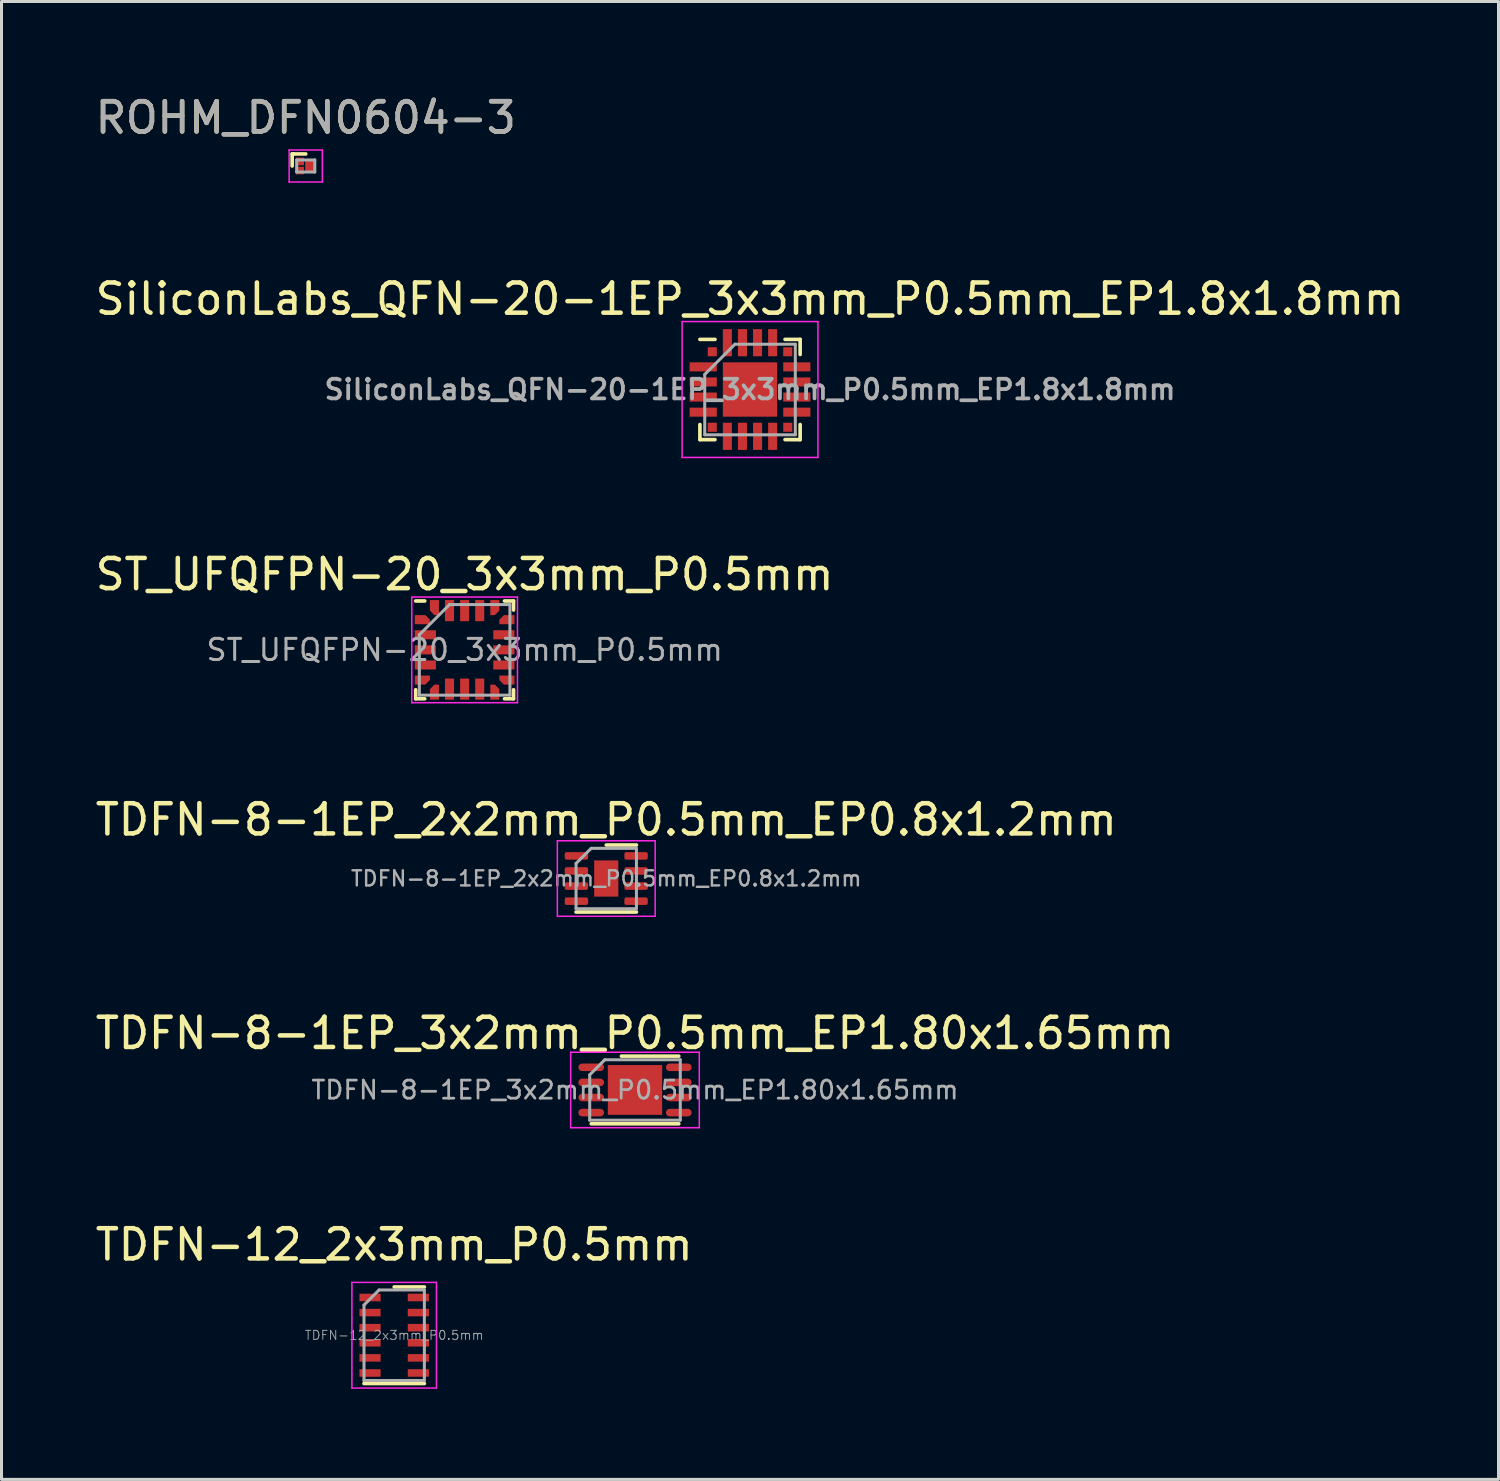
<source format=kicad_pcb>
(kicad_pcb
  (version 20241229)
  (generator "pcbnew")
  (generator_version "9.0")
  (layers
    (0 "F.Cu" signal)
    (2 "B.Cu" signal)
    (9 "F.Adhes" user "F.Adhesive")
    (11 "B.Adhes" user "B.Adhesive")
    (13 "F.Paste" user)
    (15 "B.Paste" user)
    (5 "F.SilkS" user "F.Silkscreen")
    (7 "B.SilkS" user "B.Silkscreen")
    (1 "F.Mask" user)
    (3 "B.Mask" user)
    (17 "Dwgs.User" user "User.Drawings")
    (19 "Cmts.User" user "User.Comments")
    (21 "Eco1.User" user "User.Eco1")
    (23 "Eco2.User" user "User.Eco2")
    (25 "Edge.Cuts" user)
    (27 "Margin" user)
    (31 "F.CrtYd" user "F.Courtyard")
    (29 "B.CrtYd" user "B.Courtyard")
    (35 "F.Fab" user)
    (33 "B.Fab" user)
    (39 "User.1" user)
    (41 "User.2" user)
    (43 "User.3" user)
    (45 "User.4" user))
  (footprint "TDFN-8-1EP_3x2mm_P0.5mm_EP1.80x1.65mm"
    (layer "F.Cu")
    (at 17.982 33.051)
    (property "Reference" "TDFN-8-1EP_3x2mm_P0.5mm_EP1.80x1.65mm" (at 0 -1.88 0) (layer "F.SilkS") (effects (font (size 1 1) (thickness 0.15))))
    (attr smd)
    (fp_line (start -1.45 1.12) (end 1.45 1.12) (stroke (width 0.12) (type solid)) (layer "F.SilkS"))
    (fp_line (start -0.45 -1.12) (end 1.45 -1.12) (stroke (width 0.12) (type solid)) (layer "F.SilkS"))
    (fp_line (start -2.13 -1.25) (end -2.13 1.25) (stroke (width 0.05) (type solid)) (layer "F.CrtYd"))
    (fp_line (start -2.13 1.25) (end 2.13 1.25) (stroke (width 0.05) (type solid)) (layer "F.CrtYd"))
    (fp_line (start 2.13 -1.25) (end -2.13 -1.25) (stroke (width 0.05) (type solid)) (layer "F.CrtYd"))
    (fp_line (start 2.13 1.25) (end 2.13 -1.25) (stroke (width 0.05) (type solid)) (layer "F.CrtYd"))
    (fp_line (start -1.5 -0.5) (end -1.5 1) (stroke (width 0.1) (type solid)) (layer "F.Fab"))
    (fp_line (start -1.5 1) (end 1.5 1) (stroke (width 0.1) (type solid)) (layer "F.Fab"))
    (fp_line (start -1 -1) (end -1.5 -0.5) (stroke (width 0.1) (type solid)) (layer "F.Fab"))
    (fp_line (start 1.5 -1) (end -1 -1) (stroke (width 0.1) (type solid)) (layer "F.Fab"))
    (fp_line (start 1.5 1) (end 1.5 -1) (stroke (width 0.1) (type solid)) (layer "F.Fab"))
    (fp_text user "${REFERENCE}" (at 0 0 0) (layer "F.Fab") (effects (font (size 0.6 0.6) (thickness 0.09))))
    (pad "" smd rect (at 0 -0.5) (size 0.7 0.65) (layers "F.Paste"))
    (pad "" smd rect (at 0 0) (size 1.8 0.7) (layers "F.Paste"))
    (pad "" smd rect (at 0 0.5) (size 0.7 0.65) (layers "F.Paste"))
    (pad "1" smd oval (at -1.45 -0.75) (size 0.85 0.25) (layers "F.Cu" "F.Mask" "F.Paste"))
    (pad "2" smd oval (at -1.45 -0.25) (size 0.85 0.25) (layers "F.Cu" "F.Mask" "F.Paste"))
    (pad "3" smd oval (at -1.45 0.25) (size 0.85 0.25) (layers "F.Cu" "F.Mask" "F.Paste"))
    (pad "4" smd oval (at -1.45 0.75) (size 0.85 0.25) (layers "F.Cu" "F.Mask" "F.Paste"))
    (pad "5" smd oval (at 1.45 0.75) (size 0.85 0.25) (layers "F.Cu" "F.Mask" "F.Paste"))
    (pad "6" smd oval (at 1.45 0.25) (size 0.85 0.25) (layers "F.Cu" "F.Mask" "F.Paste"))
    (pad "7" smd oval (at 1.45 -0.25) (size 0.85 0.25) (layers "F.Cu" "F.Mask" "F.Paste"))
    (pad "8" smd oval (at 1.45 -0.75) (size 0.85 0.25) (layers "F.Cu" "F.Mask" "F.Paste"))
    (pad "9" smd rect (at 0 0) (size 1.8 1.65) (layers "F.Cu" "F.Mask")))
  (footprint "TDFN-12_2x3mm_P0.5mm"
    (layer "F.Cu")
    (at 10.006 41.175)
    (property "Reference" "TDFN-12_2x3mm_P0.5mm" (at 0 -3 0) (layer "F.SilkS") (effects (font (size 1 1) (thickness 0.15))))
    (attr smd)
    (fp_line (start 1 -1.6) (end 0 -1.6) (stroke (width 0.12) (type solid)) (layer "F.SilkS"))
    (fp_line (start 1 1.6) (end -1 1.6) (stroke (width 0.12) (type solid)) (layer "F.SilkS"))
    (fp_line (start -1.4 -1.75) (end -1.4 1.75) (stroke (width 0.05) (type solid)) (layer "F.CrtYd"))
    (fp_line (start -1.4 1.75) (end 1.4 1.75) (stroke (width 0.05) (type solid)) (layer "F.CrtYd"))
    (fp_line (start 1.4 -1.75) (end -1.4 -1.75) (stroke (width 0.05) (type solid)) (layer "F.CrtYd"))
    (fp_line (start 1.4 1.75) (end 1.4 -1.75) (stroke (width 0.05) (type solid)) (layer "F.CrtYd"))
    (fp_line (start -1 1.5) (end -1 -1) (stroke (width 0.1) (type solid)) (layer "F.Fab"))
    (fp_line (start -0.5 -1.5) (end -1 -1) (stroke (width 0.1) (type solid)) (layer "F.Fab"))
    (fp_line (start -0.5 -1.5) (end 1 -1.5) (stroke (width 0.1) (type solid)) (layer "F.Fab"))
    (fp_line (start 1 -1.5) (end 1 1.5) (stroke (width 0.1) (type solid)) (layer "F.Fab"))
    (fp_line (start 1 1.5) (end -1 1.5) (stroke (width 0.1) (type solid)) (layer "F.Fab"))
    (fp_text user "${REFERENCE}" (at 0 0 0) (layer "F.Fab") (effects (font (size 0.3 0.3) (thickness 0.03))))
    (pad "1" smd rect (at -0.8 -1.25) (size 0.7 0.25) (layers "F.Cu" "F.Mask" "F.Paste"))
    (pad "2" smd rect (at -0.8 -0.75) (size 0.7 0.25) (layers "F.Cu" "F.Mask" "F.Paste"))
    (pad "3" smd rect (at -0.8 -0.25) (size 0.7 0.25) (layers "F.Cu" "F.Mask" "F.Paste"))
    (pad "4" smd rect (at -0.8 0.25) (size 0.7 0.25) (layers "F.Cu" "F.Mask" "F.Paste"))
    (pad "5" smd rect (at -0.8 0.75) (size 0.7 0.25) (layers "F.Cu" "F.Mask" "F.Paste"))
    (pad "6" smd rect (at -0.8 1.25) (size 0.7 0.25) (layers "F.Cu" "F.Mask" "F.Paste"))
    (pad "7" smd rect (at 0.8 1.25) (size 0.7 0.25) (layers "F.Cu" "F.Mask" "F.Paste"))
    (pad "8" smd rect (at 0.8 0.75) (size 0.7 0.25) (layers "F.Cu" "F.Mask" "F.Paste"))
    (pad "9" smd rect (at 0.8 0.25) (size 0.7 0.25) (layers "F.Cu" "F.Mask" "F.Paste"))
    (pad "10" smd rect (at 0.8 -0.25) (size 0.7 0.25) (layers "F.Cu" "F.Mask" "F.Paste"))
    (pad "11" smd rect (at 0.8 -0.75) (size 0.7 0.25) (layers "F.Cu" "F.Mask" "F.Paste"))
    (pad "12" smd rect (at 0.8 -1.25) (size 0.7 0.25) (layers "F.Cu" "F.Mask" "F.Paste")))
  (footprint "ST_UFQFPN-20_3x3mm_P0.5mm"
    (layer "F.Cu")
    (at 12.339 18.475)
    (property "Reference" "ST_UFQFPN-20_3x3mm_P0.5mm" (at 0 -2.5 0) (layer "F.SilkS") (effects (font (size 1 1) (thickness 0.15))))
    (attr smd)
    (fp_line (start -1.62 -1.62) (end -1.32 -1.62) (stroke (width 0.12) (type solid)) (layer "F.SilkS"))
    (fp_line (start -1.62 1.62) (end -1.62 1.32) (stroke (width 0.12) (type solid)) (layer "F.SilkS"))
    (fp_line (start -1.62 1.62) (end -1.32 1.62) (stroke (width 0.12) (type solid)) (layer "F.SilkS"))
    (fp_line (start 1.62 -1.62) (end 1.32 -1.62) (stroke (width 0.12) (type solid)) (layer "F.SilkS"))
    (fp_line (start 1.62 -1.62) (end 1.62 -1.32) (stroke (width 0.12) (type solid)) (layer "F.SilkS"))
    (fp_line (start 1.62 1.62) (end 1.32 1.62) (stroke (width 0.12) (type solid)) (layer "F.SilkS"))
    (fp_line (start 1.62 1.62) (end 1.62 1.32) (stroke (width 0.12) (type solid)) (layer "F.SilkS"))
    (fp_line (start -1.75 -1.75) (end 1.75 -1.75) (stroke (width 0.05) (type solid)) (layer "F.CrtYd"))
    (fp_line (start -1.75 1.75) (end -1.75 -1.75) (stroke (width 0.05) (type solid)) (layer "F.CrtYd"))
    (fp_line (start 1.75 -1.75) (end 1.75 1.75) (stroke (width 0.05) (type solid)) (layer "F.CrtYd"))
    (fp_line (start 1.75 1.75) (end -1.75 1.75) (stroke (width 0.05) (type solid)) (layer "F.CrtYd"))
    (fp_line (start -1.5 -0.5) (end -0.5 -1.5) (stroke (width 0.1) (type solid)) (layer "F.Fab"))
    (fp_line (start -1.5 1.5) (end -1.5 -0.5) (stroke (width 0.1) (type solid)) (layer "F.Fab"))
    (fp_line (start -0.5 -1.5) (end 1.5 -1.5) (stroke (width 0.1) (type solid)) (layer "F.Fab"))
    (fp_line (start 1.5 -1.5) (end 1.5 1.5) (stroke (width 0.1) (type solid)) (layer "F.Fab"))
    (fp_line (start 1.5 1.5) (end -1.5 1.5) (stroke (width 0.1) (type solid)) (layer "F.Fab"))
    (fp_text user "${REFERENCE}" (at 0 0 0) (layer "F.Fab") (effects (font (size 0.7 0.7) (thickness 0.1))))
    (pad "1" smd custom (at -1.475 -1) (size 0.35 0.3) (layers "F.Cu" "F.Mask" "F.Paste") (options (anchor rect)) (primitives (gr_poly (pts (xy 0.175 -0.15) (xy 0.325 0) (xy 0.325 0.15) (xy 0.175 0.15)) (width 0) (fill yes))))
    (pad "2" smd rect (at -1.3 -0.5) (size 0.7 0.3) (layers "F.Cu" "F.Mask" "F.Paste"))
    (pad "3" smd rect (at -1.3 0) (size 0.7 0.3) (layers "F.Cu" "F.Mask" "F.Paste"))
    (pad "4" smd rect (at -1.3 0.5) (size 0.7 0.3) (layers "F.Cu" "F.Mask" "F.Paste"))
    (pad "5" smd custom (at -1.475 1) (size 0.35 0.3) (layers "F.Cu" "F.Mask" "F.Paste") (options (anchor rect)) (primitives (gr_poly (pts (xy 0.175 0.15) (xy 0.325 0) (xy 0.325 -0.15) (xy 0.175 -0.15)) (width 0) (fill yes))))
    (pad "6" smd custom (at -1 1.475) (size 0.3 0.35) (layers "F.Cu" "F.Mask" "F.Paste") (options (anchor rect)) (primitives (gr_poly (pts (xy -0.15 -0.175) (xy 0 -0.325) (xy 0.15 -0.325) (xy 0.15 -0.175)) (width 0) (fill yes))))
    (pad "7" smd rect (at -0.5 1.3) (size 0.3 0.7) (layers "F.Cu" "F.Mask" "F.Paste"))
    (pad "8" smd rect (at 0 1.3) (size 0.3 0.7) (layers "F.Cu" "F.Mask" "F.Paste"))
    (pad "9" smd rect (at 0.5 1.3) (size 0.3 0.7) (layers "F.Cu" "F.Mask" "F.Paste"))
    (pad "10" smd custom (at 1 1.475) (size 0.3 0.35) (layers "F.Cu" "F.Mask" "F.Paste") (options (anchor rect)) (primitives (gr_poly (pts (xy 0.15 -0.175) (xy 0 -0.325) (xy -0.15 -0.325) (xy -0.15 -0.175)) (width 0) (fill yes))))
    (pad "11" smd custom (at 1.475 1) (size 0.35 0.3) (layers "F.Cu" "F.Mask" "F.Paste") (options (anchor rect)) (primitives (gr_poly (pts (xy -0.175 0.15) (xy -0.325 0) (xy -0.325 -0.15) (xy -0.175 -0.15)) (width 0) (fill yes))))
    (pad "12" smd rect (at 1.3 0.5) (size 0.7 0.3) (layers "F.Cu" "F.Mask" "F.Paste"))
    (pad "13" smd rect (at 1.3 0) (size 0.7 0.3) (layers "F.Cu" "F.Mask" "F.Paste"))
    (pad "14" smd rect (at 1.3 -0.5) (size 0.7 0.3) (layers "F.Cu" "F.Mask" "F.Paste"))
    (pad "15" smd custom (at 1.475 -1) (size 0.35 0.3) (layers "F.Cu" "F.Mask" "F.Paste") (options (anchor rect)) (primitives (gr_poly (pts (xy -0.175 -0.15) (xy -0.325 0) (xy -0.325 0.15) (xy -0.175 0.15)) (width 0) (fill yes))))
    (pad "16" smd custom (at 1 -1.475) (size 0.3 0.35) (layers "F.Cu" "F.Mask" "F.Paste") (options (anchor rect)) (primitives (gr_poly (pts (xy 0.15 0.175) (xy 0 0.325) (xy -0.15 0.325) (xy -0.15 0.175)) (width 0) (fill yes))))
    (pad "17" smd rect (at 0.5 -1.3) (size 0.3 0.7) (layers "F.Cu" "F.Mask" "F.Paste"))
    (pad "18" smd rect (at 0 -1.3) (size 0.3 0.7) (layers "F.Cu" "F.Mask" "F.Paste"))
    (pad "19" smd rect (at -0.5 -1.3) (size 0.3 0.7) (layers "F.Cu" "F.Mask" "F.Paste"))
    (pad "20" smd custom (at -1 -1.475) (size 0.3 0.35) (layers "F.Cu" "F.Mask" "F.Paste") (options (anchor rect)) (primitives (gr_poly (pts (xy -0.15 0.175) (xy 0 0.325) (xy 0.15 0.325) (xy 0.15 0.175)) (width 0) (fill yes)))))
  (footprint "SiliconLabs_QFN-20-1EP_3x3mm_P0.5mm_EP1.8x1.8mm"
    (layer "F.Cu")
    (at 21.792 9.851)
    (property "Reference" "SiliconLabs_QFN-20-1EP_3x3mm_P0.5mm_EP1.8x1.8mm" (at 0 -3 0) (layer "F.SilkS") (effects (font (size 1 1) (thickness 0.15))))
    (attr smd)
    (fp_line (start -1.66 -1.66) (end -1.16 -1.66) (stroke (width 0.12) (type solid)) (layer "F.SilkS"))
    (fp_line (start -1.66 1.66) (end -1.66 1.16) (stroke (width 0.12) (type solid)) (layer "F.SilkS"))
    (fp_line (start -1.16 1.66) (end -1.66 1.66) (stroke (width 0.12) (type solid)) (layer "F.SilkS"))
    (fp_line (start 1.16 -1.66) (end 1.66 -1.66) (stroke (width 0.12) (type solid)) (layer "F.SilkS"))
    (fp_line (start 1.16 1.66) (end 1.66 1.66) (stroke (width 0.12) (type solid)) (layer "F.SilkS"))
    (fp_line (start 1.66 -1.66) (end 1.66 -1.16) (stroke (width 0.12) (type solid)) (layer "F.SilkS"))
    (fp_line (start 1.66 1.66) (end 1.66 1.16) (stroke (width 0.12) (type solid)) (layer "F.SilkS"))
    (fp_line (start -2.25 -2.25) (end -2.25 2.25) (stroke (width 0.05) (type solid)) (layer "F.CrtYd"))
    (fp_line (start -2.25 2.25) (end 2.25 2.25) (stroke (width 0.05) (type solid)) (layer "F.CrtYd"))
    (fp_line (start 2.25 -2.25) (end -2.25 -2.25) (stroke (width 0.05) (type solid)) (layer "F.CrtYd"))
    (fp_line (start 2.25 2.25) (end 2.25 -2.25) (stroke (width 0.05) (type solid)) (layer "F.CrtYd"))
    (fp_line (start -1.5 -0.5) (end -0.5 -1.5) (stroke (width 0.1) (type solid)) (layer "F.Fab"))
    (fp_line (start -1.5 1.5) (end -1.5 -0.5) (stroke (width 0.1) (type solid)) (layer "F.Fab"))
    (fp_line (start -0.5 -1.5) (end 1.5 -1.5) (stroke (width 0.1) (type solid)) (layer "F.Fab"))
    (fp_line (start 1.5 -1.5) (end 1.5 1.5) (stroke (width 0.1) (type solid)) (layer "F.Fab"))
    (fp_line (start 1.5 1.5) (end -1.5 1.5) (stroke (width 0.1) (type solid)) (layer "F.Fab"))
    (fp_text user "${REFERENCE}" (at 0 0 0) (layer "F.Fab") (effects (font (size 0.65 0.65) (thickness 0.125))))
    (pad "" smd rect (at -0.45 -0.45) (size 0.54 0.54) (layers "F.Paste"))
    (pad "" smd rect (at -0.45 0.45) (size 0.54 0.54) (layers "F.Paste"))
    (pad "" smd rect (at 0.45 -0.45) (size 0.54 0.54) (layers "F.Paste"))
    (pad "" smd rect (at 0.45 0.45) (size 0.54 0.54) (layers "F.Paste"))
    (pad "1" smd rect (at -1.25 -1.25) (size 0.3 0.3) (layers "F.Cu" "F.Mask" "F.Paste"))
    (pad "2" smd rect (at -1.55 -0.75) (size 0.9 0.3) (layers "F.Cu" "F.Mask" "F.Paste"))
    (pad "3" smd rect (at -1.55 -0.25) (size 0.9 0.3) (layers "F.Cu" "F.Mask" "F.Paste"))
    (pad "4" smd rect (at -1.55 0.25) (size 0.9 0.3) (layers "F.Cu" "F.Mask" "F.Paste"))
    (pad "5" smd rect (at -1.55 0.75) (size 0.9 0.3) (layers "F.Cu" "F.Mask" "F.Paste"))
    (pad "6" smd rect (at -1.25 1.25) (size 0.3 0.3) (layers "F.Cu" "F.Mask" "F.Paste"))
    (pad "7" smd rect (at -0.75 1.55 90) (size 0.9 0.3) (layers "F.Cu" "F.Mask" "F.Paste"))
    (pad "8" smd rect (at -0.25 1.55 90) (size 0.9 0.3) (layers "F.Cu" "F.Mask" "F.Paste"))
    (pad "9" smd rect (at 0.25 1.55 90) (size 0.9 0.3) (layers "F.Cu" "F.Mask" "F.Paste"))
    (pad "10" smd rect (at 0.75 1.55 90) (size 0.9 0.3) (layers "F.Cu" "F.Mask" "F.Paste"))
    (pad "11" smd rect (at 1.25 1.25) (size 0.3 0.3) (layers "F.Cu" "F.Mask" "F.Paste"))
    (pad "12" smd rect (at 1.55 0.75) (size 0.9 0.3) (layers "F.Cu" "F.Mask" "F.Paste"))
    (pad "13" smd rect (at 1.55 0.25) (size 0.9 0.3) (layers "F.Cu" "F.Mask" "F.Paste"))
    (pad "14" smd rect (at 1.55 -0.25) (size 0.9 0.3) (layers "F.Cu" "F.Mask" "F.Paste"))
    (pad "15" smd rect (at 1.55 -0.75) (size 0.9 0.3) (layers "F.Cu" "F.Mask" "F.Paste"))
    (pad "16" smd rect (at 1.25 -1.25) (size 0.3 0.3) (layers "F.Cu" "F.Mask" "F.Paste"))
    (pad "17" smd rect (at 0.75 -1.55 90) (size 0.9 0.3) (layers "F.Cu" "F.Mask" "F.Paste"))
    (pad "18" smd rect (at 0.25 -1.55 90) (size 0.9 0.3) (layers "F.Cu" "F.Mask" "F.Paste"))
    (pad "19" smd rect (at -0.25 -1.55 90) (size 0.9 0.3) (layers "F.Cu" "F.Mask" "F.Paste"))
    (pad "20" smd rect (at -0.75 -1.55 90) (size 0.9 0.3) (layers "F.Cu" "F.Mask" "F.Paste"))
    (pad "21" smd rect (at 0 0) (size 1.8 1.8) (layers "F.Cu" "F.Mask")))
  (footprint "TDFN-8-1EP_2x2mm_P0.5mm_EP0.8x1.2mm"
    (layer "F.Cu")
    (at 17.03 26.048)
    (property "Reference" "TDFN-8-1EP_2x2mm_P0.5mm_EP0.8x1.2mm" (at 0 -1.95 0) (layer "F.SilkS") (effects (font (size 1 1) (thickness 0.15))))
    (attr smd)
    (fp_line (start -1 1.11) (end 1 1.11) (stroke (width 0.12) (type solid)) (layer "F.SilkS"))
    (fp_line (start 0 -1.11) (end 1 -1.11) (stroke (width 0.12) (type solid)) (layer "F.SilkS"))
    (fp_line (start -1.62 -1.25) (end -1.62 1.25) (stroke (width 0.05) (type solid)) (layer "F.CrtYd"))
    (fp_line (start -1.62 1.25) (end 1.62 1.25) (stroke (width 0.05) (type solid)) (layer "F.CrtYd"))
    (fp_line (start 1.62 -1.25) (end -1.62 -1.25) (stroke (width 0.05) (type solid)) (layer "F.CrtYd"))
    (fp_line (start 1.62 1.25) (end 1.62 -1.25) (stroke (width 0.05) (type solid)) (layer "F.CrtYd"))
    (fp_line (start -1 -0.5) (end -0.5 -1) (stroke (width 0.1) (type solid)) (layer "F.Fab"))
    (fp_line (start -1 1) (end -1 -0.5) (stroke (width 0.1) (type solid)) (layer "F.Fab"))
    (fp_line (start -0.5 -1) (end 1 -1) (stroke (width 0.1) (type solid)) (layer "F.Fab"))
    (fp_line (start 1 -1) (end 1 1) (stroke (width 0.1) (type solid)) (layer "F.Fab"))
    (fp_line (start 1 1) (end -1 1) (stroke (width 0.1) (type solid)) (layer "F.Fab"))
    (fp_text user "${REFERENCE}" (at 0 0 0) (layer "F.Fab") (effects (font (size 0.5 0.5) (thickness 0.08))))
    (pad "" smd roundrect (at -0.2 -0.3) (size 0.32 0.48) (layers "F.Paste") (roundrect_rratio 0.25))
    (pad "" smd roundrect (at -0.2 0.3) (size 0.32 0.48) (layers "F.Paste") (roundrect_rratio 0.25))
    (pad "" smd roundrect (at 0.2 -0.3) (size 0.32 0.48) (layers "F.Paste") (roundrect_rratio 0.25))
    (pad "" smd roundrect (at 0.2 0.3) (size 0.32 0.48) (layers "F.Paste") (roundrect_rratio 0.25))
    (pad "1" smd roundrect (at -0.988 -0.75) (size 0.775 0.25) (layers "F.Cu" "F.Mask" "F.Paste") (roundrect_rratio 0.25))
    (pad "2" smd roundrect (at -0.988 -0.25) (size 0.775 0.25) (layers "F.Cu" "F.Mask" "F.Paste") (roundrect_rratio 0.25))
    (pad "3" smd roundrect (at -0.988 0.25) (size 0.775 0.25) (layers "F.Cu" "F.Mask" "F.Paste") (roundrect_rratio 0.25))
    (pad "4" smd roundrect (at -0.988 0.75) (size 0.775 0.25) (layers "F.Cu" "F.Mask" "F.Paste") (roundrect_rratio 0.25))
    (pad "5" smd roundrect (at 0.988 0.75) (size 0.775 0.25) (layers "F.Cu" "F.Mask" "F.Paste") (roundrect_rratio 0.25))
    (pad "6" smd roundrect (at 0.988 0.25) (size 0.775 0.25) (layers "F.Cu" "F.Mask" "F.Paste") (roundrect_rratio 0.25))
    (pad "7" smd roundrect (at 0.988 -0.25) (size 0.775 0.25) (layers "F.Cu" "F.Mask" "F.Paste") (roundrect_rratio 0.25))
    (pad "8" smd roundrect (at 0.988 -0.75) (size 0.775 0.25) (layers "F.Cu" "F.Mask" "F.Paste") (roundrect_rratio 0.25))
    (pad "9" smd rect (at 0 0) (size 0.8 1.2) (layers "F.Cu" "F.Mask")))
  (footprint "ROHM_DFN0604-3"
    (layer "F.Cu")
    (at 7.077 2.448)
    (property "Reference" "ROHM_DFN0604-3" (at 0 -1.6 0) (layer "F.SilkS") (effects (font (size 1 1) (thickness 0.15))))
    (attr smd)
    (fp_line (start -0.45 -0.4) (end -0.45 0) (stroke (width 0.12) (type solid)) (layer "F.SilkS"))
    (fp_line (start -0.4 -0.4) (end -0.45 -0.4) (stroke (width 0.12) (type solid)) (layer "F.SilkS"))
    (fp_line (start 0 -0.4) (end -0.4 -0.4) (stroke (width 0.12) (type solid)) (layer "F.SilkS"))
    (fp_line (start -0.55 -0.53) (end 0.55 -0.53) (stroke (width 0.05) (type solid)) (layer "F.CrtYd"))
    (fp_line (start -0.55 0.53) (end -0.55 -0.53) (stroke (width 0.05) (type solid)) (layer "F.CrtYd"))
    (fp_line (start 0.55 -0.53) (end 0.55 0.53) (stroke (width 0.05) (type solid)) (layer "F.CrtYd"))
    (fp_line (start 0.55 0.53) (end -0.55 0.53) (stroke (width 0.05) (type solid)) (layer "F.CrtYd"))
    (fp_line (start -0.3 -0.2) (end 0.3 -0.2) (stroke (width 0.1) (type solid)) (layer "F.Fab"))
    (fp_line (start -0.3 0.2) (end -0.3 -0.2) (stroke (width 0.1) (type solid)) (layer "F.Fab"))
    (fp_line (start 0.3 -0.2) (end 0.3 0.2) (stroke (width 0.1) (type solid)) (layer "F.Fab"))
    (fp_line (start 0.3 0.2) (end -0.3 0.2) (stroke (width 0.1) (type solid)) (layer "F.Fab"))
    (fp_text user "${REFERENCE}" (at 0 -1.6 0) (layer "F.Fab") (effects (font (size 1 1) (thickness 0.15))))
    (pad "1" smd rect (at -0.195 -0.15 270) (size 0.25 0.27) (layers "F.Cu" "F.Mask" "F.Paste"))
    (pad "2" smd rect (at -0.195 0.15 270) (size 0.25 0.27) (layers "F.Cu" "F.Mask" "F.Paste"))
    (pad "3" smd rect (at 0.155 0 270) (size 0.35 0.35) (layers "F.Cu" "F.Mask" "F.Paste")))
  (gr_rect
    (start -3 -3)
    (end 46.583 45.95)
    (stroke (width 0.1) (type default))
    (fill no)
    (layer "Edge.Cuts")))
</source>
